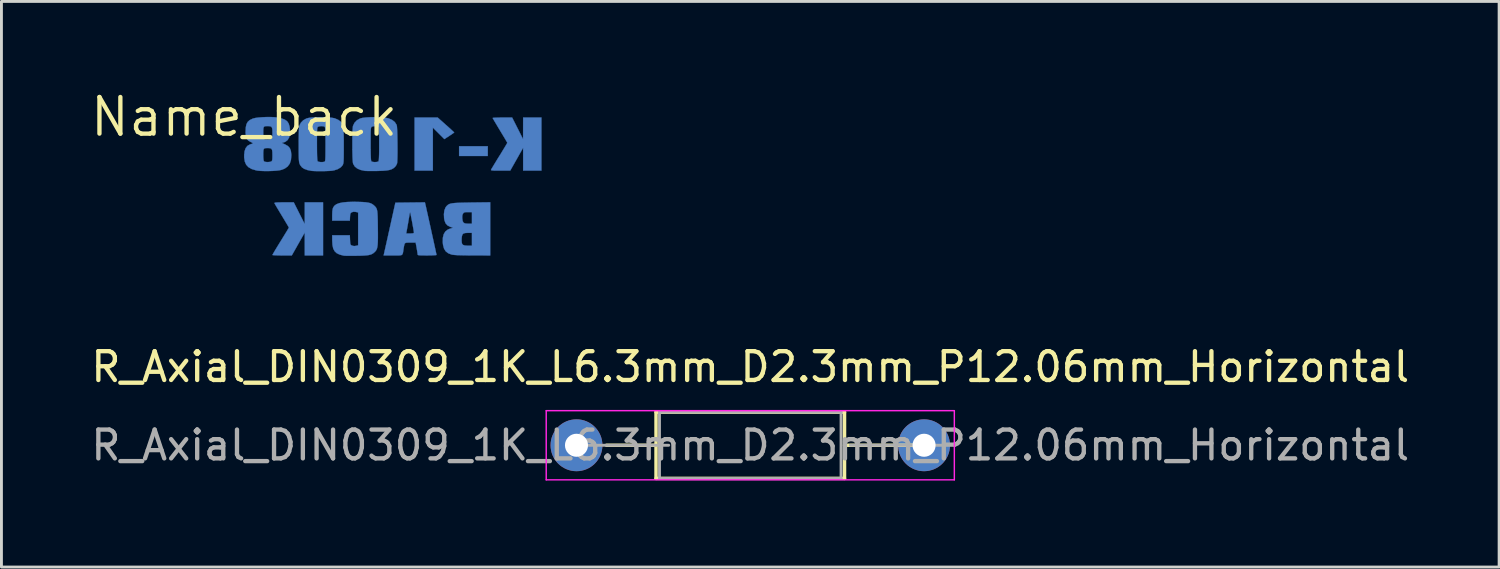
<source format=kicad_pcb>
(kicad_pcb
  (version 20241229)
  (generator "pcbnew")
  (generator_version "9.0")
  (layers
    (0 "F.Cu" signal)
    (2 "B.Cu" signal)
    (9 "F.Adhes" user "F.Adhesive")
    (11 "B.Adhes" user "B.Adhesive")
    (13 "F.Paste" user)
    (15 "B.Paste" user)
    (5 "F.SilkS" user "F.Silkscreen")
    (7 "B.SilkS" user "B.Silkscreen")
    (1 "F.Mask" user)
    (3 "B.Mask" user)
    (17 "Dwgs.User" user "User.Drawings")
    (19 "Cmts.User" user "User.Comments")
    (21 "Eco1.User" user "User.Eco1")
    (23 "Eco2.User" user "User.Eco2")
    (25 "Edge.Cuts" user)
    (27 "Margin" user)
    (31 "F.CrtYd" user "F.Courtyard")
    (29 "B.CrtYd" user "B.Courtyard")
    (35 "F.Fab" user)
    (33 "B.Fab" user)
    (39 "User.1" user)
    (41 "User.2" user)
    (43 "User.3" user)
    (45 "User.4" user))
  (footprint "R_Axial_DIN0309_1K_L6.3mm_D2.3mm_P12.06mm_Horizontal"
    (layer "F.Cu")
    (at 16.952 12.399)
    (property "Reference" "R_Axial_DIN0309_1K_L6.3mm_D2.3mm_P12.06mm_Horizontal" (at 6.03 -2.72 180) (layer "F.SilkS") (effects (font (size 1 1) (thickness 0.15))))
    (attr through_hole)
    (fp_circle (center 0 0) (end 1.1 0) (stroke (width 0) (type solid)) (fill yes) (layer "F.Mask"))
    (fp_circle (center 12.06 0) (end 13.16 0) (stroke (width 0) (type solid)) (fill yes) (layer "F.Mask"))
    (fp_circle (center 0 0) (end 1.1 0) (stroke (width 0) (type solid)) (fill yes) (layer "B.Mask"))
    (fp_circle (center 12.06 0) (end 13.16 0) (stroke (width 0) (type solid)) (fill yes) (layer "B.Mask"))
    (fp_line (start 1.04 0) (end 2.76 0) (stroke (width 0.12) (type solid)) (layer "F.SilkS"))
    (fp_line (start 2.76 -1.15) (end 2.76 1.15) (stroke (width 0.12) (type solid)) (layer "F.SilkS"))
    (fp_line (start 2.76 1.15) (end 9.3 1.15) (stroke (width 0.12) (type solid)) (layer "F.SilkS"))
    (fp_line (start 9.3 -1.15) (end 2.76 -1.15) (stroke (width 0.12) (type solid)) (layer "F.SilkS"))
    (fp_line (start 9.3 1.15) (end 9.3 -1.15) (stroke (width 0.12) (type solid)) (layer "F.SilkS"))
    (fp_line (start 11.66 0) (end 9.3 0) (stroke (width 0.12) (type solid)) (layer "F.SilkS"))
    (fp_line (start -1.05 -1.2) (end -1.05 1.2) (stroke (width 0.05) (type solid)) (layer "F.CrtYd"))
    (fp_line (start -1.05 1.2) (end 13.11 1.2) (stroke (width 0.05) (type solid)) (layer "F.CrtYd"))
    (fp_line (start 13.11 -1.2) (end -1.05 -1.2) (stroke (width 0.05) (type solid)) (layer "F.CrtYd"))
    (fp_line (start 13.11 1.2) (end 13.11 -1.2) (stroke (width 0.05) (type solid)) (layer "F.CrtYd"))
    (fp_line (start 0 0) (end 3.2 0) (stroke (width 0.1) (type solid)) (layer "F.Fab"))
    (fp_line (start 2.88 -1.15) (end 2.88 1.15) (stroke (width 0.1) (type solid)) (layer "F.Fab"))
    (fp_line (start 2.88 1.15) (end 9.18 1.15) (stroke (width 0.1) (type solid)) (layer "F.Fab"))
    (fp_line (start 9.18 -1.15) (end 2.88 -1.15) (stroke (width 0.1) (type solid)) (layer "F.Fab"))
    (fp_line (start 9.18 1.15) (end 9.18 -1.15) (stroke (width 0.1) (type solid)) (layer "F.Fab"))
    (fp_line (start 12.7 0) (end 9.5 0) (stroke (width 0.1) (type solid)) (layer "F.Fab"))
    (fp_text user "${REFERENCE}" (at 6.03 0 180) (layer "F.Fab") (effects (font (size 1 1) (thickness 0.15))))
    (pad "1" thru_hole circle (at 0 0) (size 1.8 1.8) (drill 0.8) (layers "*.Cu" "*.Mask"))
    (pad "2" thru_hole circle (at 12.06 0) (size 1.8 1.8) (drill 0.8) (layers "*.Cu" "*.Mask")))
  (footprint "Name_back"
    (layer "F.Cu")
    (at 5.42 1.006)
    (property "Reference" "Name_back" (at 0 0 0) (layer "F.SilkS") (effects (font (size 1.27 1.27) (thickness 0.15))))
    (attr smd board_only exclude_from_bom)
    (fp_poly (pts (xy 8.454 1.356) (xy 7.459 1.356) (xy 7.459 1.018) (xy 8.454 1.018) (xy 8.454 1.356)) (stroke (width 0.01) (type solid)) (fill yes) (layer "B.Cu"))
    (fp_poly (pts (xy 7.003 0.278) (xy 7.095 0.359) (xy 7.174 0.431) (xy 7.236 0.488) (xy 7.276 0.526) (xy 7.29 0.54) (xy 7.273 0.554) (xy 7.229 0.585) (xy 7.164 0.629) (xy 7.119 0.659) (xy 6.948 0.771) (xy 6.749 0.572) (xy 6.549 0.373) (xy 6.549 1.864) (xy 5.914 1.864) (xy 5.914 0.023) (xy 6.717 0.023) (xy 7.003 0.278)) (stroke (width 0.01) (type solid)) (fill yes) (layer "B.Cu"))
    (fp_poly (pts (xy 1.912 3.341) (xy 2.102 3.716) (xy 2.103 3.341) (xy 2.104 2.965) (xy 2.739 2.965) (xy 2.739 4.807) (xy 2.104 4.807) (xy 2.103 4.41) (xy 2.103 4.013) (xy 1.654 4.807) (xy 1.318 4.807) (xy 1.204 4.806) (xy 1.107 4.803) (xy 1.033 4.799) (xy 0.99 4.794) (xy 0.982 4.79) (xy 0.993 4.768) (xy 1.023 4.716) (xy 1.069 4.637) (xy 1.129 4.537) (xy 1.2 4.421) (xy 1.268 4.311) (xy 1.345 4.186) (xy 1.414 4.073) (xy 1.473 3.977) (xy 1.517 3.903) (xy 1.545 3.856) (xy 1.554 3.84) (xy 1.543 3.821) (xy 1.514 3.77) (xy 1.469 3.694) (xy 1.411 3.597) (xy 1.344 3.485) (xy 1.308 3.426) (xy 1.236 3.307) (xy 1.172 3.199) (xy 1.118 3.109) (xy 1.078 3.04) (xy 1.055 3) (xy 1.051 2.992) (xy 1.056 2.982) (xy 1.082 2.974) (xy 1.134 2.969) (xy 1.217 2.966) (xy 1.337 2.965) (xy 1.382 2.965) (xy 1.723 2.965) (xy 1.912 3.341)) (stroke (width 0.01) (type solid)) (fill yes) (layer "B.Cu"))
    (fp_poly (pts (xy 9.49 0.399) (xy 9.679 0.774) (xy 9.68 0.399) (xy 9.681 0.023) (xy 10.316 0.023) (xy 10.316 1.864) (xy 9.681 1.864) (xy 9.681 1.071) (xy 9.457 1.468) (xy 9.233 1.864) (xy 8.894 1.864) (xy 8.765 1.864) (xy 8.673 1.862) (xy 8.613 1.858) (xy 8.579 1.852) (xy 8.566 1.843) (xy 8.567 1.835) (xy 8.58 1.809) (xy 8.614 1.753) (xy 8.663 1.671) (xy 8.725 1.569) (xy 8.796 1.452) (xy 8.855 1.358) (xy 8.931 1.235) (xy 8.999 1.123) (xy 9.056 1.029) (xy 9.099 0.957) (xy 9.125 0.912) (xy 9.131 0.899) (xy 9.121 0.878) (xy 9.091 0.826) (xy 9.046 0.749) (xy 8.987 0.651) (xy 8.919 0.538) (xy 8.877 0.468) (xy 8.805 0.349) (xy 8.741 0.241) (xy 8.687 0.151) (xy 8.648 0.084) (xy 8.627 0.045) (xy 8.623 0.037) (xy 8.643 0.032) (xy 8.698 0.028) (xy 8.782 0.025) (xy 8.886 0.023) (xy 8.962 0.023) (xy 9.3 0.023) (xy 9.49 0.399)) (stroke (width 0.01) (type solid)) (fill yes) (layer "B.Cu"))
    (fp_poly (pts (xy 8.539 4.807) (xy 7.919 4.805) (xy 7.708 4.804) (xy 7.536 4.801) (xy 7.401 4.797) (xy 7.299 4.79) (xy 7.228 4.782) (xy 7.198 4.776) (xy 7.081 4.731) (xy 6.995 4.664) (xy 6.937 4.571) (xy 6.903 4.448) (xy 6.892 4.353) (xy 6.893 4.327) (xy 7.546 4.327) (xy 7.56 4.398) (xy 7.595 4.441) (xy 7.657 4.462) (xy 7.751 4.468) (xy 7.756 4.468) (xy 7.904 4.468) (xy 7.904 4.023) (xy 7.77 4.023) (xy 7.673 4.028) (xy 7.61 4.046) (xy 7.573 4.084) (xy 7.555 4.15) (xy 7.548 4.222) (xy 7.546 4.327) (xy 6.893 4.327) (xy 6.895 4.196) (xy 6.925 4.071) (xy 6.983 3.975) (xy 7.07 3.907) (xy 7.152 3.875) (xy 7.25 3.848) (xy 7.149 3.814) (xy 7.055 3.765) (xy 6.989 3.69) (xy 6.95 3.584) (xy 6.939 3.525) (xy 6.937 3.479) (xy 7.567 3.479) (xy 7.57 3.529) (xy 7.583 3.614) (xy 7.61 3.666) (xy 7.66 3.695) (xy 7.741 3.705) (xy 7.781 3.706) (xy 7.904 3.706) (xy 7.904 3.304) (xy 7.766 3.304) (xy 7.69 3.305) (xy 7.644 3.313) (xy 7.615 3.331) (xy 7.594 3.357) (xy 7.573 3.408) (xy 7.567 3.479) (xy 6.937 3.479) (xy 6.932 3.375) (xy 6.948 3.246) (xy 6.987 3.144) (xy 7.015 3.105) (xy 7.046 3.073) (xy 7.078 3.046) (xy 7.117 3.025) (xy 7.167 3.008) (xy 7.232 2.996) (xy 7.318 2.987) (xy 7.428 2.981) (xy 7.568 2.976) (xy 7.743 2.973) (xy 7.888 2.97) (xy 8.539 2.962) (xy 8.539 4.807)) (stroke (width 0.01) (type solid)) (fill yes) (layer "B.Cu"))
    (fp_poly (pts (xy 3.943 2.948) (xy 4.1 2.953) (xy 4.221 2.962) (xy 4.314 2.976) (xy 4.387 2.996) (xy 4.445 3.024) (xy 4.496 3.062) (xy 4.513 3.077) (xy 4.547 3.11) (xy 4.573 3.141) (xy 4.594 3.177) (xy 4.609 3.222) (xy 4.621 3.282) (xy 4.628 3.362) (xy 4.633 3.466) (xy 4.637 3.601) (xy 4.639 3.77) (xy 4.64 3.846) (xy 4.642 4.044) (xy 4.642 4.205) (xy 4.639 4.333) (xy 4.633 4.433) (xy 4.623 4.51) (xy 4.609 4.569) (xy 4.59 4.614) (xy 4.565 4.652) (xy 4.534 4.685) (xy 4.529 4.69) (xy 4.482 4.73) (xy 4.432 4.76) (xy 4.373 4.782) (xy 4.298 4.798) (xy 4.2 4.808) (xy 4.074 4.815) (xy 3.911 4.818) (xy 3.903 4.818) (xy 3.775 4.82) (xy 3.659 4.82) (xy 3.562 4.819) (xy 3.492 4.817) (xy 3.458 4.814) (xy 3.32 4.779) (xy 3.215 4.73) (xy 3.14 4.66) (xy 3.091 4.566) (xy 3.065 4.442) (xy 3.056 4.283) (xy 3.056 4.283) (xy 3.056 4.108) (xy 3.668 4.108) (xy 3.675 4.272) (xy 3.679 4.355) (xy 3.685 4.406) (xy 3.699 4.436) (xy 3.722 4.455) (xy 3.74 4.464) (xy 3.814 4.482) (xy 3.878 4.474) (xy 3.956 4.456) (xy 3.956 3.316) (xy 3.878 3.297) (xy 3.795 3.291) (xy 3.74 3.307) (xy 3.707 3.327) (xy 3.688 3.353) (xy 3.679 3.399) (xy 3.674 3.468) (xy 3.668 3.6) (xy 3.056 3.6) (xy 3.056 3.407) (xy 3.06 3.283) (xy 3.073 3.193) (xy 3.091 3.142) (xy 3.135 3.08) (xy 3.203 3.03) (xy 3.298 2.993) (xy 3.424 2.967) (xy 3.584 2.952) (xy 3.779 2.946) (xy 3.943 2.948)) (stroke (width 0.01) (type solid)) (fill yes) (layer "B.Cu"))
    (fp_poly (pts (xy 6.284 3.012) (xy 6.296 3.063) (xy 6.315 3.146) (xy 6.339 3.256) (xy 6.369 3.388) (xy 6.402 3.536) (xy 6.437 3.696) (xy 6.474 3.862) (xy 6.51 4.029) (xy 6.546 4.191) (xy 6.58 4.345) (xy 6.61 4.483) (xy 6.636 4.602) (xy 6.656 4.696) (xy 6.67 4.76) (xy 6.676 4.789) (xy 6.676 4.79) (xy 6.656 4.795) (xy 6.601 4.8) (xy 6.518 4.804) (xy 6.414 4.806) (xy 6.348 4.807) (xy 6.223 4.806) (xy 6.134 4.805) (xy 6.076 4.801) (xy 6.041 4.795) (xy 6.025 4.786) (xy 6.02 4.772) (xy 6.02 4.77) (xy 6.016 4.733) (xy 6.006 4.666) (xy 5.992 4.582) (xy 5.986 4.547) (xy 5.952 4.362) (xy 5.765 4.362) (xy 5.676 4.362) (xy 5.619 4.366) (xy 5.583 4.383) (xy 5.563 4.419) (xy 5.548 4.482) (xy 5.533 4.574) (xy 5.52 4.662) (xy 5.509 4.725) (xy 5.493 4.766) (xy 5.467 4.791) (xy 5.423 4.803) (xy 5.354 4.807) (xy 5.255 4.807) (xy 5.165 4.807) (xy 4.841 4.807) (xy 5.011 4.045) (xy 5.624 4.045) (xy 5.758 4.045) (xy 5.84 4.041) (xy 5.883 4.031) (xy 5.892 4.018) (xy 5.888 3.984) (xy 5.878 3.92) (xy 5.863 3.833) (xy 5.845 3.733) (xy 5.826 3.627) (xy 5.806 3.524) (xy 5.788 3.434) (xy 5.774 3.363) (xy 5.764 3.321) (xy 5.761 3.313) (xy 5.752 3.325) (xy 5.742 3.369) (xy 5.736 3.404) (xy 5.726 3.464) (xy 5.711 3.554) (xy 5.693 3.661) (xy 5.673 3.774) (xy 5.673 3.775) (xy 5.624 4.045) (xy 5.011 4.045) (xy 5.045 3.891) (xy 5.248 2.976) (xy 5.76 2.97) (xy 6.273 2.964) (xy 6.284 3.012)) (stroke (width 0.01) (type solid)) (fill yes) (layer "B.Cu"))
    (fp_poly (pts (xy 4.642 0.011) (xy 4.779 0.017) (xy 4.899 0.029) (xy 4.991 0.045) (xy 5.009 0.05) (xy 5.134 0.104) (xy 5.228 0.178) (xy 5.287 0.269) (xy 5.296 0.294) (xy 5.303 0.336) (xy 5.308 0.414) (xy 5.313 0.52) (xy 5.317 0.648) (xy 5.319 0.79) (xy 5.321 0.94) (xy 5.322 1.09) (xy 5.322 1.234) (xy 5.32 1.365) (xy 5.317 1.476) (xy 5.313 1.56) (xy 5.308 1.609) (xy 5.283 1.669) (xy 5.241 1.729) (xy 5.234 1.736) (xy 5.182 1.781) (xy 5.122 1.815) (xy 5.048 1.84) (xy 4.953 1.857) (xy 4.831 1.868) (xy 4.675 1.874) (xy 4.612 1.876) (xy 4.488 1.877) (xy 4.375 1.877) (xy 4.281 1.876) (xy 4.214 1.874) (xy 4.189 1.872) (xy 4.037 1.839) (xy 3.922 1.789) (xy 3.839 1.721) (xy 3.786 1.632) (xy 3.779 1.613) (xy 3.772 1.569) (xy 3.766 1.49) (xy 3.761 1.383) (xy 3.758 1.255) (xy 3.755 1.112) (xy 3.755 0.963) (xy 3.755 0.94) (xy 4.39 0.94) (xy 4.39 1.128) (xy 4.392 1.277) (xy 4.396 1.39) (xy 4.4 1.47) (xy 4.407 1.52) (xy 4.415 1.542) (xy 4.415 1.543) (xy 4.451 1.558) (xy 4.51 1.567) (xy 4.538 1.568) (xy 4.602 1.563) (xy 4.65 1.55) (xy 4.661 1.543) (xy 4.669 1.521) (xy 4.676 1.472) (xy 4.68 1.394) (xy 4.684 1.282) (xy 4.686 1.134) (xy 4.686 0.947) (xy 4.686 0.944) (xy 4.686 0.756) (xy 4.684 0.607) (xy 4.68 0.495) (xy 4.676 0.416) (xy 4.669 0.367) (xy 4.661 0.345) (xy 4.661 0.345) (xy 4.62 0.327) (xy 4.557 0.32) (xy 4.488 0.324) (xy 4.433 0.34) (xy 4.431 0.341) (xy 4.419 0.35) (xy 4.409 0.364) (xy 4.402 0.388) (xy 4.397 0.428) (xy 4.393 0.487) (xy 4.391 0.572) (xy 4.39 0.686) (xy 4.39 0.836) (xy 4.39 0.94) (xy 3.755 0.94) (xy 3.755 0.813) (xy 3.757 0.671) (xy 3.76 0.542) (xy 3.765 0.435) (xy 3.771 0.355) (xy 3.777 0.313) (xy 3.828 0.206) (xy 3.912 0.118) (xy 4.023 0.056) (xy 4.036 0.051) (xy 4.113 0.033) (xy 4.222 0.02) (xy 4.353 0.012) (xy 4.496 0.009) (xy 4.642 0.011)) (stroke (width 0.01) (type solid)) (fill yes) (layer "B.Cu"))
    (fp_poly (pts (xy 2.779 0.011) (xy 2.916 0.017) (xy 3.036 0.029) (xy 3.128 0.045) (xy 3.146 0.05) (xy 3.265 0.101) (xy 3.359 0.171) (xy 3.421 0.254) (xy 3.437 0.295) (xy 3.443 0.337) (xy 3.448 0.417) (xy 3.452 0.527) (xy 3.456 0.664) (xy 3.458 0.82) (xy 3.458 0.986) (xy 3.458 1.166) (xy 3.457 1.308) (xy 3.456 1.418) (xy 3.453 1.501) (xy 3.449 1.562) (xy 3.443 1.606) (xy 3.434 1.639) (xy 3.424 1.665) (xy 3.419 1.674) (xy 3.357 1.747) (xy 3.26 1.807) (xy 3.135 1.851) (xy 3.067 1.865) (xy 2.999 1.872) (xy 2.901 1.877) (xy 2.785 1.881) (xy 2.661 1.882) (xy 2.541 1.882) (xy 2.436 1.879) (xy 2.357 1.874) (xy 2.337 1.872) (xy 2.194 1.843) (xy 2.087 1.804) (xy 2.008 1.752) (xy 1.952 1.682) (xy 1.932 1.644) (xy 1.921 1.615) (xy 1.911 1.58) (xy 1.905 1.536) (xy 1.9 1.477) (xy 1.896 1.397) (xy 1.894 1.29) (xy 1.893 1.153) (xy 1.893 0.978) (xy 1.893 0.975) (xy 1.893 0.94) (xy 2.527 0.94) (xy 2.528 1.128) (xy 2.53 1.277) (xy 2.533 1.39) (xy 2.538 1.47) (xy 2.544 1.52) (xy 2.552 1.542) (xy 2.553 1.543) (xy 2.589 1.558) (xy 2.651 1.567) (xy 2.72 1.567) (xy 2.778 1.559) (xy 2.79 1.555) (xy 2.8 1.547) (xy 2.808 1.529) (xy 2.814 1.495) (xy 2.818 1.442) (xy 2.821 1.364) (xy 2.822 1.258) (xy 2.823 1.118) (xy 2.824 0.956) (xy 2.823 0.766) (xy 2.821 0.616) (xy 2.818 0.502) (xy 2.813 0.421) (xy 2.807 0.37) (xy 2.799 0.346) (xy 2.798 0.345) (xy 2.758 0.327) (xy 2.694 0.32) (xy 2.625 0.324) (xy 2.57 0.34) (xy 2.568 0.341) (xy 2.556 0.35) (xy 2.546 0.364) (xy 2.539 0.388) (xy 2.534 0.428) (xy 2.531 0.487) (xy 2.529 0.572) (xy 2.528 0.686) (xy 2.527 0.836) (xy 2.527 0.94) (xy 1.893 0.94) (xy 1.893 0.801) (xy 1.896 0.645) (xy 1.899 0.513) (xy 1.904 0.409) (xy 1.91 0.339) (xy 1.915 0.313) (xy 1.965 0.206) (xy 2.05 0.118) (xy 2.16 0.056) (xy 2.174 0.051) (xy 2.25 0.033) (xy 2.359 0.02) (xy 2.49 0.012) (xy 2.634 0.009) (xy 2.779 0.011)) (stroke (width 0.01) (type solid)) (fill yes) (layer "B.Cu"))
    (fp_poly (pts (xy 1.046 0.01) (xy 1.15 0.021) (xy 1.3 0.052) (xy 1.412 0.094) (xy 1.493 0.152) (xy 1.546 0.231) (xy 1.577 0.334) (xy 1.589 0.43) (xy 1.589 0.586) (xy 1.564 0.71) (xy 1.511 0.801) (xy 1.432 0.863) (xy 1.379 0.883) (xy 1.31 0.903) (xy 1.432 0.96) (xy 1.524 1.014) (xy 1.586 1.084) (xy 1.622 1.177) (xy 1.637 1.299) (xy 1.638 1.337) (xy 1.625 1.493) (xy 1.585 1.618) (xy 1.515 1.716) (xy 1.412 1.791) (xy 1.314 1.832) (xy 1.235 1.851) (xy 1.124 1.865) (xy 0.992 1.874) (xy 0.85 1.879) (xy 0.708 1.879) (xy 0.576 1.874) (xy 0.466 1.864) (xy 0.414 1.854) (xy 0.264 1.809) (xy 0.151 1.745) (xy 0.072 1.661) (xy 0.024 1.551) (xy 0.002 1.412) (xy 0.001 1.346) (xy 0.004 1.312) (xy 0.664 1.312) (xy 0.667 1.424) (xy 0.675 1.502) (xy 0.689 1.541) (xy 0.69 1.543) (xy 0.729 1.559) (xy 0.792 1.567) (xy 0.863 1.565) (xy 0.924 1.553) (xy 0.941 1.546) (xy 0.96 1.531) (xy 0.973 1.505) (xy 0.979 1.46) (xy 0.982 1.386) (xy 0.982 1.325) (xy 0.98 1.22) (xy 0.971 1.151) (xy 0.949 1.109) (xy 0.911 1.088) (xy 0.851 1.082) (xy 0.816 1.081) (xy 0.75 1.083) (xy 0.706 1.092) (xy 0.681 1.116) (xy 0.669 1.164) (xy 0.665 1.241) (xy 0.664 1.312) (xy 0.004 1.312) (xy 0.014 1.199) (xy 0.052 1.085) (xy 0.115 1.004) (xy 0.204 0.954) (xy 0.242 0.943) (xy 0.29 0.929) (xy 0.299 0.911) (xy 0.269 0.888) (xy 0.221 0.866) (xy 0.147 0.824) (xy 0.097 0.767) (xy 0.066 0.686) (xy 0.052 0.576) (xy 0.052 0.553) (xy 0.664 0.553) (xy 0.667 0.661) (xy 0.673 0.73) (xy 0.685 0.766) (xy 0.691 0.771) (xy 0.739 0.78) (xy 0.805 0.783) (xy 0.875 0.78) (xy 0.931 0.771) (xy 0.957 0.759) (xy 0.97 0.723) (xy 0.979 0.651) (xy 0.982 0.549) (xy 0.98 0.447) (xy 0.969 0.381) (xy 0.945 0.343) (xy 0.902 0.325) (xy 0.834 0.319) (xy 0.816 0.319) (xy 0.75 0.321) (xy 0.706 0.33) (xy 0.681 0.354) (xy 0.669 0.401) (xy 0.665 0.477) (xy 0.664 0.553) (xy 0.052 0.553) (xy 0.051 0.504) (xy 0.058 0.361) (xy 0.082 0.252) (xy 0.126 0.171) (xy 0.195 0.11) (xy 0.292 0.063) (xy 0.315 0.054) (xy 0.394 0.036) (xy 0.505 0.021) (xy 0.636 0.011) (xy 0.777 0.005) (xy 0.917 0.005) (xy 1.046 0.01)) (stroke (width 0.01) (type solid)) (fill yes) (layer "B.Cu")))
  (gr_rect
    (start -3 -3)
    (end 48.964 16.624)
    (stroke (width 0.1) (type default))
    (fill no)
    (layer "Edge.Cuts")))
</source>
